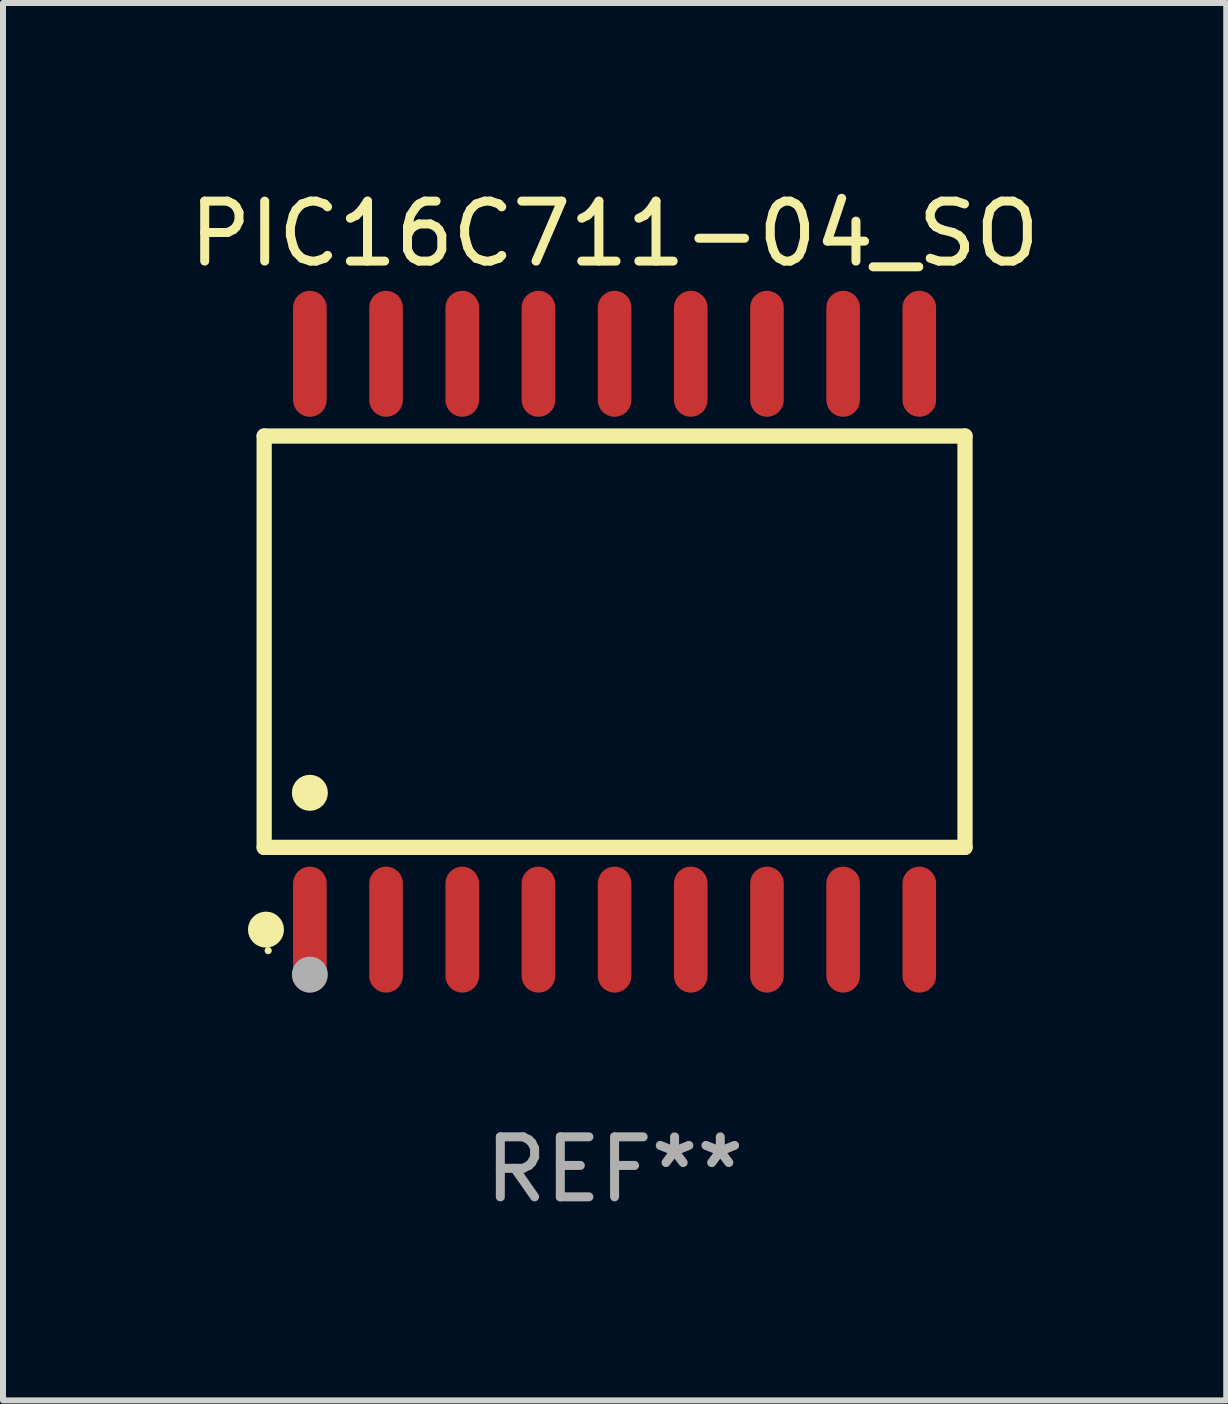
<source format=kicad_pcb>
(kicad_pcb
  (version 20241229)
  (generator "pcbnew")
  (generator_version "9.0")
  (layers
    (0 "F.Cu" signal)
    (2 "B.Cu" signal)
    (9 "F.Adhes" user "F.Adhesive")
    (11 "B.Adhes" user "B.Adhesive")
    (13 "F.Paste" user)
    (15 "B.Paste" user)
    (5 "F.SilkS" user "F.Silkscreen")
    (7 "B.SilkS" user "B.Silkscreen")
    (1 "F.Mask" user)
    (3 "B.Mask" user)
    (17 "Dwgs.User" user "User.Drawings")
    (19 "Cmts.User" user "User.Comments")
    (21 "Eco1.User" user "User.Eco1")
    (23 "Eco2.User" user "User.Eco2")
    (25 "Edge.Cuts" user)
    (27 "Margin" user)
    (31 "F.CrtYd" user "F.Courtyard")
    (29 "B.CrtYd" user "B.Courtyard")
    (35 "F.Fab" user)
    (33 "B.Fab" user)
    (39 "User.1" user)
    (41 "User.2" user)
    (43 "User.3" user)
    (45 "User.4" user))
  (footprint "PIC16C711-04_SO"
    (layer "F.Cu")
    (at 7.196 7.648)
    (property "Reference" "PIC16C711-04_SO" (at 0 -6.8 0) (layer "F.SilkS") (effects (font (size 1 1) (thickness 0.15))))
    (attr through_hole)
    (fp_line (start -5.842 -3.429) (end -5.842 3.429) (stroke (width 0.254) (type solid)) (layer "F.SilkS"))
    (fp_line (start -5.842 3.429) (end 5.842 3.429) (stroke (width 0.254) (type solid)) (layer "F.SilkS"))
    (fp_line (start 5.842 -3.429) (end -5.842 -3.429) (stroke (width 0.254) (type solid)) (layer "F.SilkS"))
    (fp_line (start 5.842 3.429) (end 5.842 -3.429) (stroke (width 0.254) (type solid)) (layer "F.SilkS"))
    (fp_circle (center -5.812 4.8) (end -5.662 4.8) (stroke (width 0.3) (type solid)) (fill no) (layer "F.SilkS"))
    (fp_circle (center -5.775 5.15) (end -5.745 5.15) (stroke (width 0.06) (type solid)) (fill no) (layer "F.SilkS"))
    (fp_circle (center -5.08 2.519) (end -4.93 2.519) (stroke (width 0.3) (type solid)) (fill no) (layer "F.SilkS"))
    (fp_circle (center -5.08 5.55) (end -4.93 5.55) (stroke (width 0.3) (type solid)) (fill no) (layer "F.Fab"))
    (fp_text user "REF**" (at 0 8.8 0) (layer "F.Fab") (effects (font (size 1 1) (thickness 0.15))))
    (pad "1" smd oval (at -5.08 4.8) (size 0.56 2.1) (layers "F.Cu" "F.Mask" "F.Paste"))
    (pad "2" smd oval (at -3.81 4.8) (size 0.56 2.1) (layers "F.Cu" "F.Mask" "F.Paste"))
    (pad "3" smd oval (at -2.54 4.8) (size 0.56 2.1) (layers "F.Cu" "F.Mask" "F.Paste"))
    (pad "4" smd oval (at -1.27 4.8) (size 0.56 2.1) (layers "F.Cu" "F.Mask" "F.Paste"))
    (pad "5" smd oval (at 0 4.8) (size 0.56 2.1) (layers "F.Cu" "F.Mask" "F.Paste"))
    (pad "6" smd oval (at 1.27 4.8) (size 0.56 2.1) (layers "F.Cu" "F.Mask" "F.Paste"))
    (pad "7" smd oval (at 2.54 4.8) (size 0.56 2.1) (layers "F.Cu" "F.Mask" "F.Paste"))
    (pad "8" smd oval (at 3.81 4.8) (size 0.56 2.1) (layers "F.Cu" "F.Mask" "F.Paste"))
    (pad "9" smd oval (at 5.08 4.8) (size 0.56 2.1) (layers "F.Cu" "F.Mask" "F.Paste"))
    (pad "10" smd oval (at 5.08 -4.8) (size 0.56 2.1) (layers "F.Cu" "F.Mask" "F.Paste"))
    (pad "11" smd oval (at 3.81 -4.8) (size 0.56 2.1) (layers "F.Cu" "F.Mask" "F.Paste"))
    (pad "12" smd oval (at 2.54 -4.8) (size 0.56 2.1) (layers "F.Cu" "F.Mask" "F.Paste"))
    (pad "13" smd oval (at 1.27 -4.8) (size 0.56 2.1) (layers "F.Cu" "F.Mask" "F.Paste"))
    (pad "14" smd oval (at 0 -4.8) (size 0.56 2.1) (layers "F.Cu" "F.Mask" "F.Paste"))
    (pad "15" smd oval (at -1.27 -4.8) (size 0.56 2.1) (layers "F.Cu" "F.Mask" "F.Paste"))
    (pad "16" smd oval (at -2.54 -4.8) (size 0.56 2.1) (layers "F.Cu" "F.Mask" "F.Paste"))
    (pad "17" smd oval (at -3.81 -4.8) (size 0.56 2.1) (layers "F.Cu" "F.Mask" "F.Paste"))
    (pad "18" smd oval (at -5.08 -4.8) (size 0.56 2.1) (layers "F.Cu" "F.Mask" "F.Paste")))
  (gr_rect
    (start -3 -3)
    (end 17.393 20.297)
    (stroke (width 0.1) (type default))
    (fill no)
    (layer "Edge.Cuts")))
</source>
